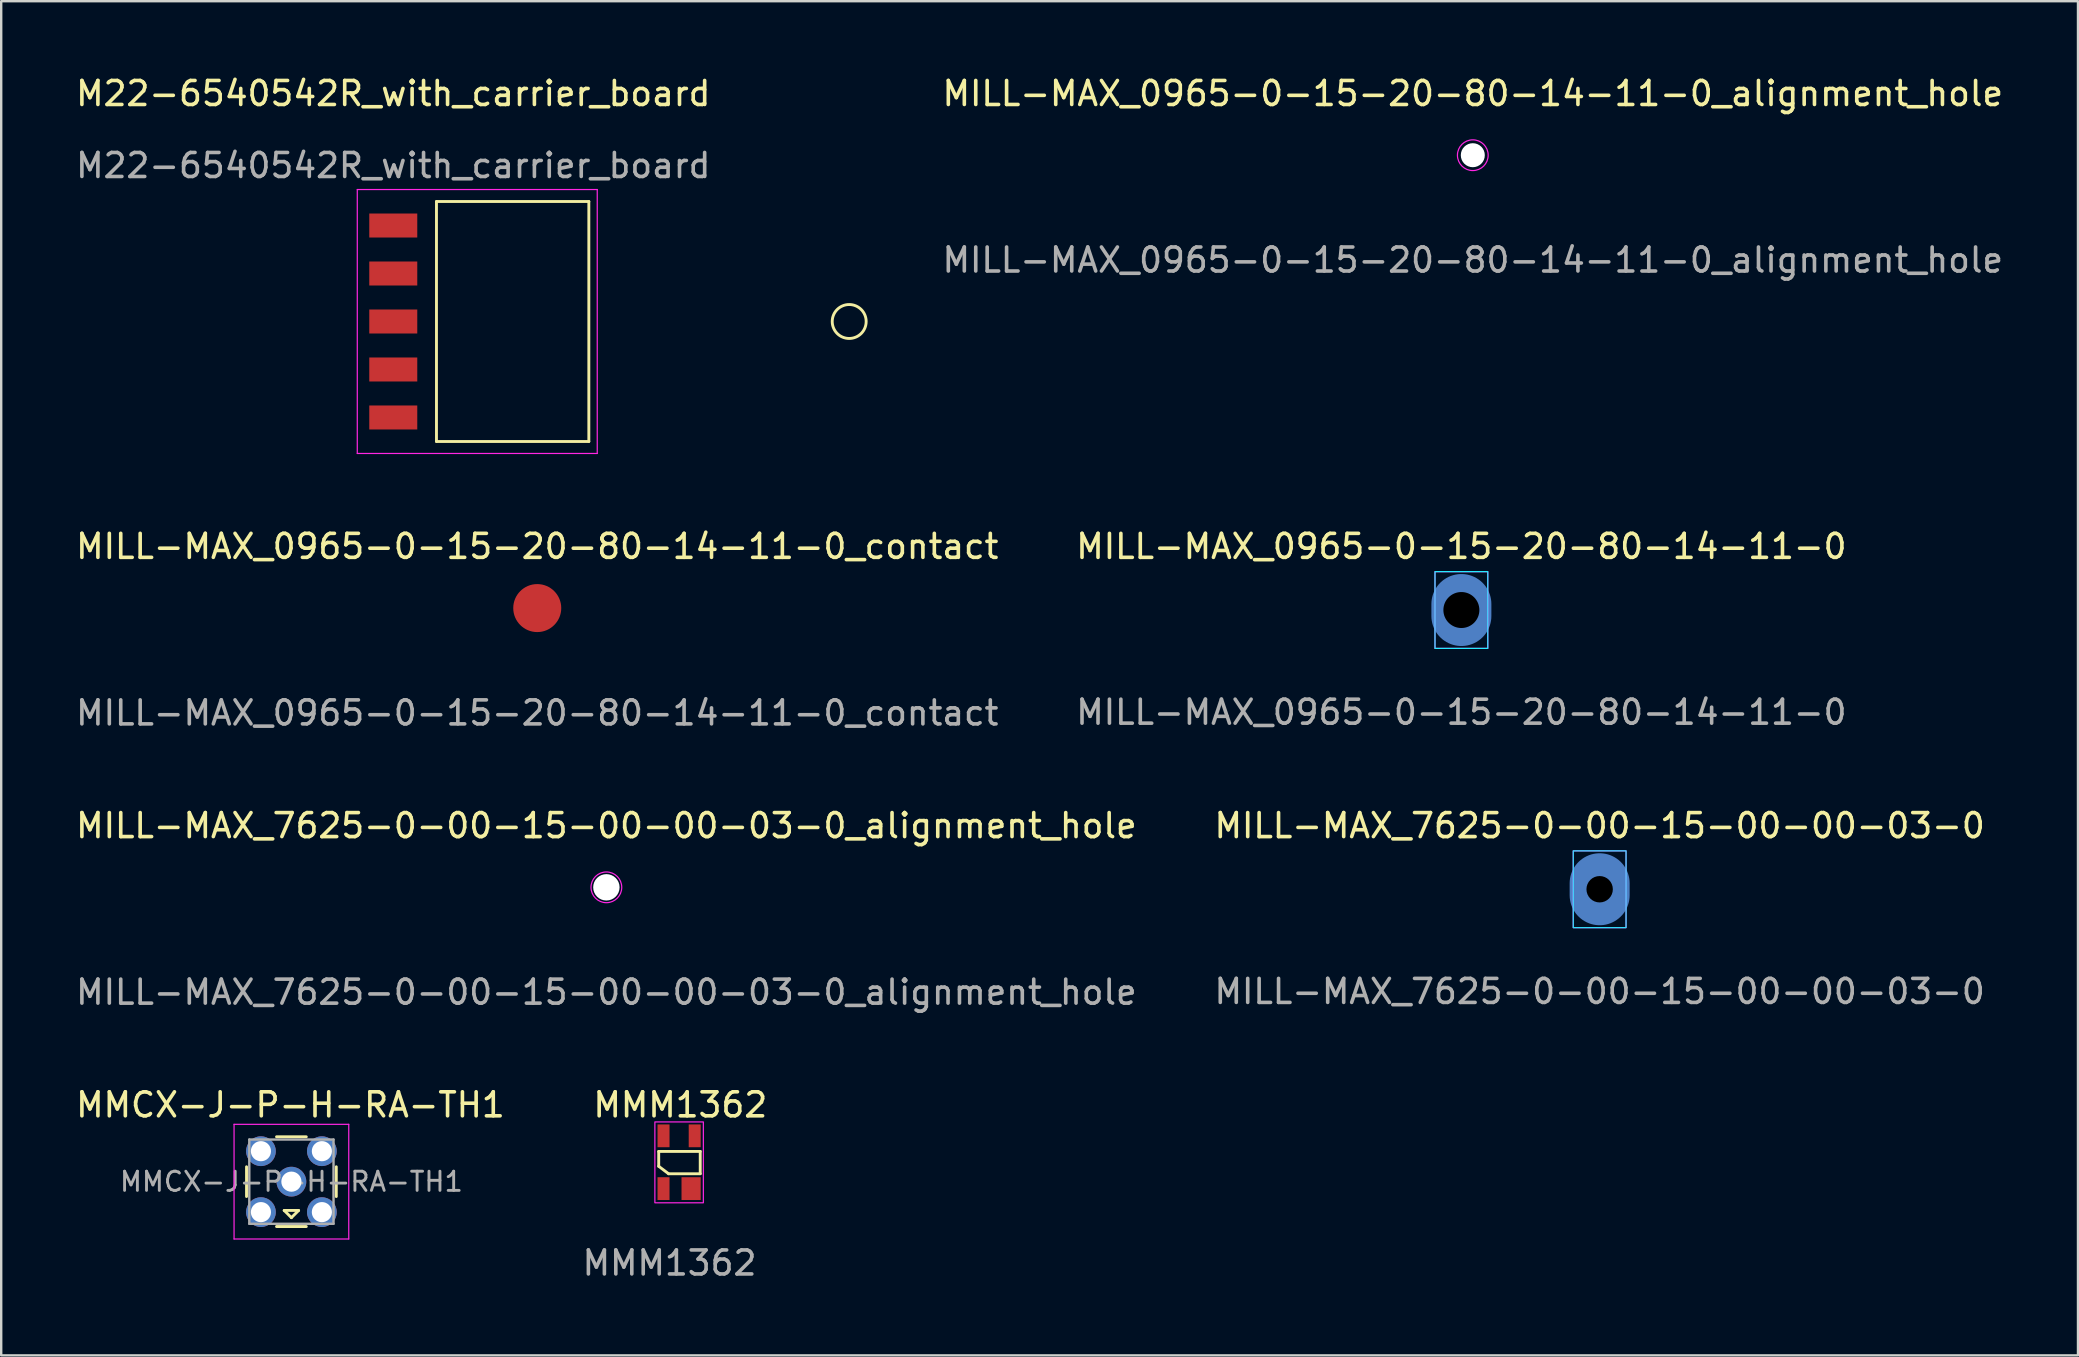
<source format=kicad_pcb>
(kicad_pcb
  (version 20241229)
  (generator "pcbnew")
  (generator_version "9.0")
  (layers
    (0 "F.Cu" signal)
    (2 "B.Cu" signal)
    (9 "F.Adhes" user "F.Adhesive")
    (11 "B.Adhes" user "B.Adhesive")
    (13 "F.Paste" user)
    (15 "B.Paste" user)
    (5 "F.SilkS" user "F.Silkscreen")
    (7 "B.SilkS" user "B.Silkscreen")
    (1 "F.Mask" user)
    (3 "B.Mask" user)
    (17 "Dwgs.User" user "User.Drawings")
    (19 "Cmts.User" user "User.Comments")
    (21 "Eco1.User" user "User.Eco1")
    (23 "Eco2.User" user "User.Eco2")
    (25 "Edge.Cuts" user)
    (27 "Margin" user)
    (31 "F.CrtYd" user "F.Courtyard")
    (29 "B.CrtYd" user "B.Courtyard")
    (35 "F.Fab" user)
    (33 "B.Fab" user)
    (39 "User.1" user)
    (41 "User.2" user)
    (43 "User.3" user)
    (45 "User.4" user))
  (footprint "M22-6540542R_with_carrier_board"
    (layer "F.Cu")
    (at 13.339 1.348)
    (property "Reference" "M22-6540542R_with_carrier_board" (at 0 -0.5 0) (unlocked yes) (layer "F.SilkS") (effects (font (size 1 1) (thickness 0.15))))
    (attr smd)
    (fp_line (start 1.8 4) (end 8.15 4) (stroke (width 0.12) (type solid)) (layer "F.SilkS"))
    (fp_line (start 1.8 14) (end 1.8 4) (stroke (width 0.12) (type solid)) (layer "F.SilkS"))
    (fp_line (start 1.8 14) (end 8.15 14) (stroke (width 0.12) (type solid)) (layer "F.SilkS"))
    (fp_line (start 8.15 14) (end 8.15 4) (stroke (width 0.12) (type solid)) (layer "F.SilkS"))
    (fp_circle (center 19 9) (end 19.5 9.5) (stroke (width 0.12) (type solid)) (fill no) (layer "F.SilkS"))
    (fp_line (start -1.5 3.5) (end 8.5 3.5) (stroke (width 0.05) (type solid)) (layer "F.CrtYd"))
    (fp_line (start -1.5 14.5) (end -1.5 3.5) (stroke (width 0.05) (type solid)) (layer "F.CrtYd"))
    (fp_line (start 8.5 3.5) (end 8.5 14.5) (stroke (width 0.05) (type solid)) (layer "F.CrtYd"))
    (fp_line (start 8.5 14.5) (end -1.5 14.5) (stroke (width 0.05) (type solid)) (layer "F.CrtYd"))
    (fp_text user "${REFERENCE}" (at 0 2.5 0) (unlocked yes) (layer "F.Fab") (effects (font (size 1 1) (thickness 0.15))))
    (pad "1" smd rect (at 0 5) (size 2 1) (layers "F.Cu" "F.Mask" "F.Paste"))
    (pad "2" smd rect (at 0 7) (size 2 1) (layers "F.Cu" "F.Mask" "F.Paste"))
    (pad "3" smd rect (at 0 9) (size 2 1) (layers "F.Cu" "F.Mask" "F.Paste"))
    (pad "4" smd rect (at 0 11) (size 2 1) (layers "F.Cu" "F.Mask" "F.Paste"))
    (pad "5" smd rect (at 0 13) (size 2 1) (layers "F.Cu" "F.Mask" "F.Paste")))
  (footprint "MILL-MAX_7625-0-00-15-00-00-03-0"
    (layer "F.Cu")
    (at 63.613 34.008)
    (property "Reference" "MILL-MAX_7625-0-00-15-00-00-03-0" (at 0 -2.65 0) (unlocked yes) (layer "F.SilkS") (effects (font (size 1 1) (thickness 0.15))))
    (attr smd)
    (fp_rect (start -1.1 -1.6) (end 1.1 1.6) (stroke (width 0.05) (type solid)) (fill no) (layer "B.CrtYd"))
    (fp_rect (start -1.1 -1.6) (end 1.1 1.6) (stroke (width 0.05) (type solid)) (fill no) (layer "F.CrtYd"))
    (fp_text user "${REFERENCE}" (at 0 4.26 0) (unlocked yes) (layer "F.Fab") (effects (font (size 1 1) (thickness 0.15))))
    (pad "" smd circle (at 0 0) (size 2 2) (layers "F.Mask"))
    (pad "" np_thru_hole oval (at 0 0) (size 2.5 3) (drill 1.1) (layers "B.Mask"))
    (pad "1" smd oval (at 0 0) (size 2.5 3) (layers "B.Cu" "B.Mask")))
  (footprint "MMCX-J-P-H-RA-TH1"
    (layer "F.Cu")
    (at 9.094 46.194)
    (property "Reference" "MMCX-J-P-H-RA-TH1" (at -0.04 -3.2 0) (layer "F.SilkS") (effects (font (size 1 1) (thickness 0.15))))
    (attr through_hole)
    (fp_line (start -1.87 0.62) (end -1.87 -0.62) (stroke (width 0.12) (type solid)) (layer "F.SilkS"))
    (fp_line (start -0.3 1.2) (end 0 1.5) (stroke (width 0.12) (type solid)) (layer "F.SilkS"))
    (fp_line (start 0 1.5) (end 0.3 1.2) (stroke (width 0.12) (type solid)) (layer "F.SilkS"))
    (fp_line (start 0.3 1.2) (end -0.3 1.2) (stroke (width 0.12) (type solid)) (layer "F.SilkS"))
    (fp_line (start 0.62 -1.87) (end -0.62 -1.87) (stroke (width 0.12) (type solid)) (layer "F.SilkS"))
    (fp_line (start 0.62 1.87) (end -0.62 1.87) (stroke (width 0.12) (type solid)) (layer "F.SilkS"))
    (fp_line (start 1.87 0.62) (end 1.87 -0.62) (stroke (width 0.12) (type solid)) (layer "F.SilkS"))
    (fp_line (start -2.39 -2.39) (end 2.39 -2.39) (stroke (width 0.05) (type solid)) (layer "F.CrtYd"))
    (fp_line (start -2.39 2.39) (end -2.39 -2.39) (stroke (width 0.05) (type solid)) (layer "F.CrtYd"))
    (fp_line (start -2.39 2.39) (end 2.39 2.39) (stroke (width 0.05) (type solid)) (layer "F.CrtYd"))
    (fp_line (start 2.39 2.39) (end 2.39 -2.39) (stroke (width 0.05) (type solid)) (layer "F.CrtYd"))
    (fp_line (start -1.755 -1.755) (end -1.755 1.755) (stroke (width 0.1) (type solid)) (layer "F.Fab"))
    (fp_line (start -1.755 -1.755) (end 1.755 -1.755) (stroke (width 0.1) (type solid)) (layer "F.Fab"))
    (fp_line (start -1.755 1.755) (end 1.755 1.755) (stroke (width 0.1) (type solid)) (layer "F.Fab"))
    (fp_line (start 1.755 -1.755) (end 1.755 1.755) (stroke (width 0.1) (type solid)) (layer "F.Fab"))
    (fp_text user "${REFERENCE}" (at 0 0 0) (layer "F.Fab") (effects (font (size 0.8 0.8) (thickness 0.12))))
    (pad "1" thru_hole circle (at 0 0) (size 1.24 1.24) (drill 0.84) (layers "*.Cu" "*.Mask"))
    (pad "2" thru_hole circle (at -1.27 -1.27) (size 1.24 1.24) (drill 0.84) (layers "*.Cu" "*.Mask"))
    (pad "2" thru_hole circle (at -1.27 1.27) (size 1.24 1.24) (drill 0.84) (layers "*.Cu" "*.Mask"))
    (pad "2" thru_hole circle (at 1.27 -1.27) (size 1.24 1.24) (drill 0.84) (layers "*.Cu" "*.Mask"))
    (pad "2" thru_hole circle (at 1.27 1.27) (size 1.24 1.24) (drill 0.84) (layers "*.Cu" "*.Mask")))
  (footprint "MILL-MAX_0965-0-15-20-80-14-11-0_contact"
    (layer "F.Cu")
    (at 19.339 22.291)
    (property "Reference" "MILL-MAX_0965-0-15-20-80-14-11-0_contact" (at 0 -2.57 0) (unlocked yes) (layer "F.SilkS") (effects (font (size 1 1) (thickness 0.15))))
    (attr smd)
    (fp_text user "${REFERENCE}" (at 0 4.37 0) (unlocked yes) (layer "F.Fab") (effects (font (size 1 1) (thickness 0.15))))
    (pad "1" smd circle (at 0 0) (size 2 2) (layers "F.Cu" "F.Mask")))
  (footprint "MILL-MAX_7625-0-00-15-00-00-03-0_alignment_hole"
    (layer "F.Cu")
    (at 22.22 33.928)
    (property "Reference" "MILL-MAX_7625-0-00-15-00-00-03-0_alignment_hole" (at 0 -2.57 0) (unlocked yes) (layer "F.SilkS") (effects (font (size 1 1) (thickness 0.15))))
    (attr smd)
    (fp_circle (center 0 0) (end 0.5 0.4) (stroke (width 0.05) (type solid)) (fill no) (layer "F.CrtYd"))
    (fp_text user "${REFERENCE}" (at 0 4.37 0) (unlocked yes) (layer "F.Fab") (effects (font (size 1 1) (thickness 0.15))))
    (pad "" np_thru_hole circle (at 0 0) (size 1.1 1.1) (drill 1.1) (layers "*.Cu")))
  (footprint "MILL-MAX_0965-0-15-20-80-14-11-0"
    (layer "F.Cu")
    (at 57.851 22.372)
    (property "Reference" "MILL-MAX_0965-0-15-20-80-14-11-0" (at 0 -2.65 0) (unlocked yes) (layer "F.SilkS") (effects (font (size 1 1) (thickness 0.15))))
    (attr smd)
    (fp_rect (start -1.1 -1.6) (end 1.1 1.6) (stroke (width 0.05) (type solid)) (fill no) (layer "B.CrtYd"))
    (fp_rect (start -1.1 -1.6) (end 1.1 1.6) (stroke (width 0.05) (type solid)) (fill no) (layer "F.CrtYd"))
    (fp_text user "${REFERENCE}" (at 0 4.26 0) (unlocked yes) (layer "F.Fab") (effects (font (size 1 1) (thickness 0.15))))
    (pad "" smd circle (at 0 0) (size 2 2) (layers "F.Mask"))
    (pad "" np_thru_hole oval (at 0 0) (size 2.5 3) (drill 1.5) (layers "B.Mask"))
    (pad "1" smd oval (at 0 0) (size 2.5 3) (layers "B.Cu" "B.Mask")))
  (footprint "MILL-MAX_0965-0-15-20-80-14-11-0_alignment_hole"
    (layer "F.Cu")
    (at 58.327 3.418)
    (property "Reference" "MILL-MAX_0965-0-15-20-80-14-11-0_alignment_hole" (at 0 -2.57 0) (unlocked yes) (layer "F.SilkS") (effects (font (size 1 1) (thickness 0.15))))
    (attr smd)
    (fp_circle (center 0 0) (end 0.5 0.4) (stroke (width 0.05) (type solid)) (fill no) (layer "F.CrtYd"))
    (fp_text user "${REFERENCE}" (at 0 4.37 0) (unlocked yes) (layer "F.Fab") (effects (font (size 1 1) (thickness 0.15))))
    (pad "" np_thru_hole circle (at 0 0) (size 1 1) (drill 1) (layers "*.Cu")))
  (footprint "MMM1362"
    (layer "F.Cu")
    (at 24.601 46.484)
    (property "Reference" "MMM1362" (at 0.7 -3.49 0) (unlocked yes) (layer "F.SilkS") (effects (font (size 1 1) (thickness 0.15))))
    (attr smd)
    (fp_line (start -0.2 -1.55) (end 1.53 -1.55) (stroke (width 0.12) (type solid)) (layer "F.SilkS"))
    (fp_line (start -0.2 -0.93) (end -0.2 -1.55) (stroke (width 0.12) (type solid)) (layer "F.SilkS"))
    (fp_line (start 0.21 -0.62) (end -0.2 -0.93) (stroke (width 0.12) (type solid)) (layer "F.SilkS"))
    (fp_line (start 1.53 -1.55) (end 1.53 -0.62) (stroke (width 0.12) (type solid)) (layer "F.SilkS"))
    (fp_line (start 1.53 -0.62) (end 0.21 -0.62) (stroke (width 0.12) (type solid)) (layer "F.SilkS"))
    (fp_rect (start -0.36 -2.78) (end 1.66 0.59) (stroke (width 0.05) (type solid)) (fill no) (layer "F.CrtYd"))
    (fp_text user "${REFERENCE}" (at 0.25 3.1 0) (unlocked yes) (layer "F.Fab") (effects (font (size 1 1) (thickness 0.15))))
    (pad "1" smd rect (at 0 0) (size 0.5 0.95) (layers "F.Cu" "F.Mask" "F.Paste"))
    (pad "2" smd rect (at 1.15 0) (size 0.8 0.95) (layers "F.Cu" "F.Mask" "F.Paste"))
    (pad "3" smd rect (at 1.3 -2.2) (size 0.5 0.95) (layers "F.Cu" "F.Mask" "F.Paste"))
    (pad "4" smd rect (at 0 -2.2) (size 0.5 0.95) (layers "F.Cu" "F.Mask" "F.Paste")))
  (gr_rect
    (start -3 -3)
    (end 83.547 53.433)
    (stroke (width 0.1) (type default))
    (fill no)
    (layer "Edge.Cuts")))
</source>
